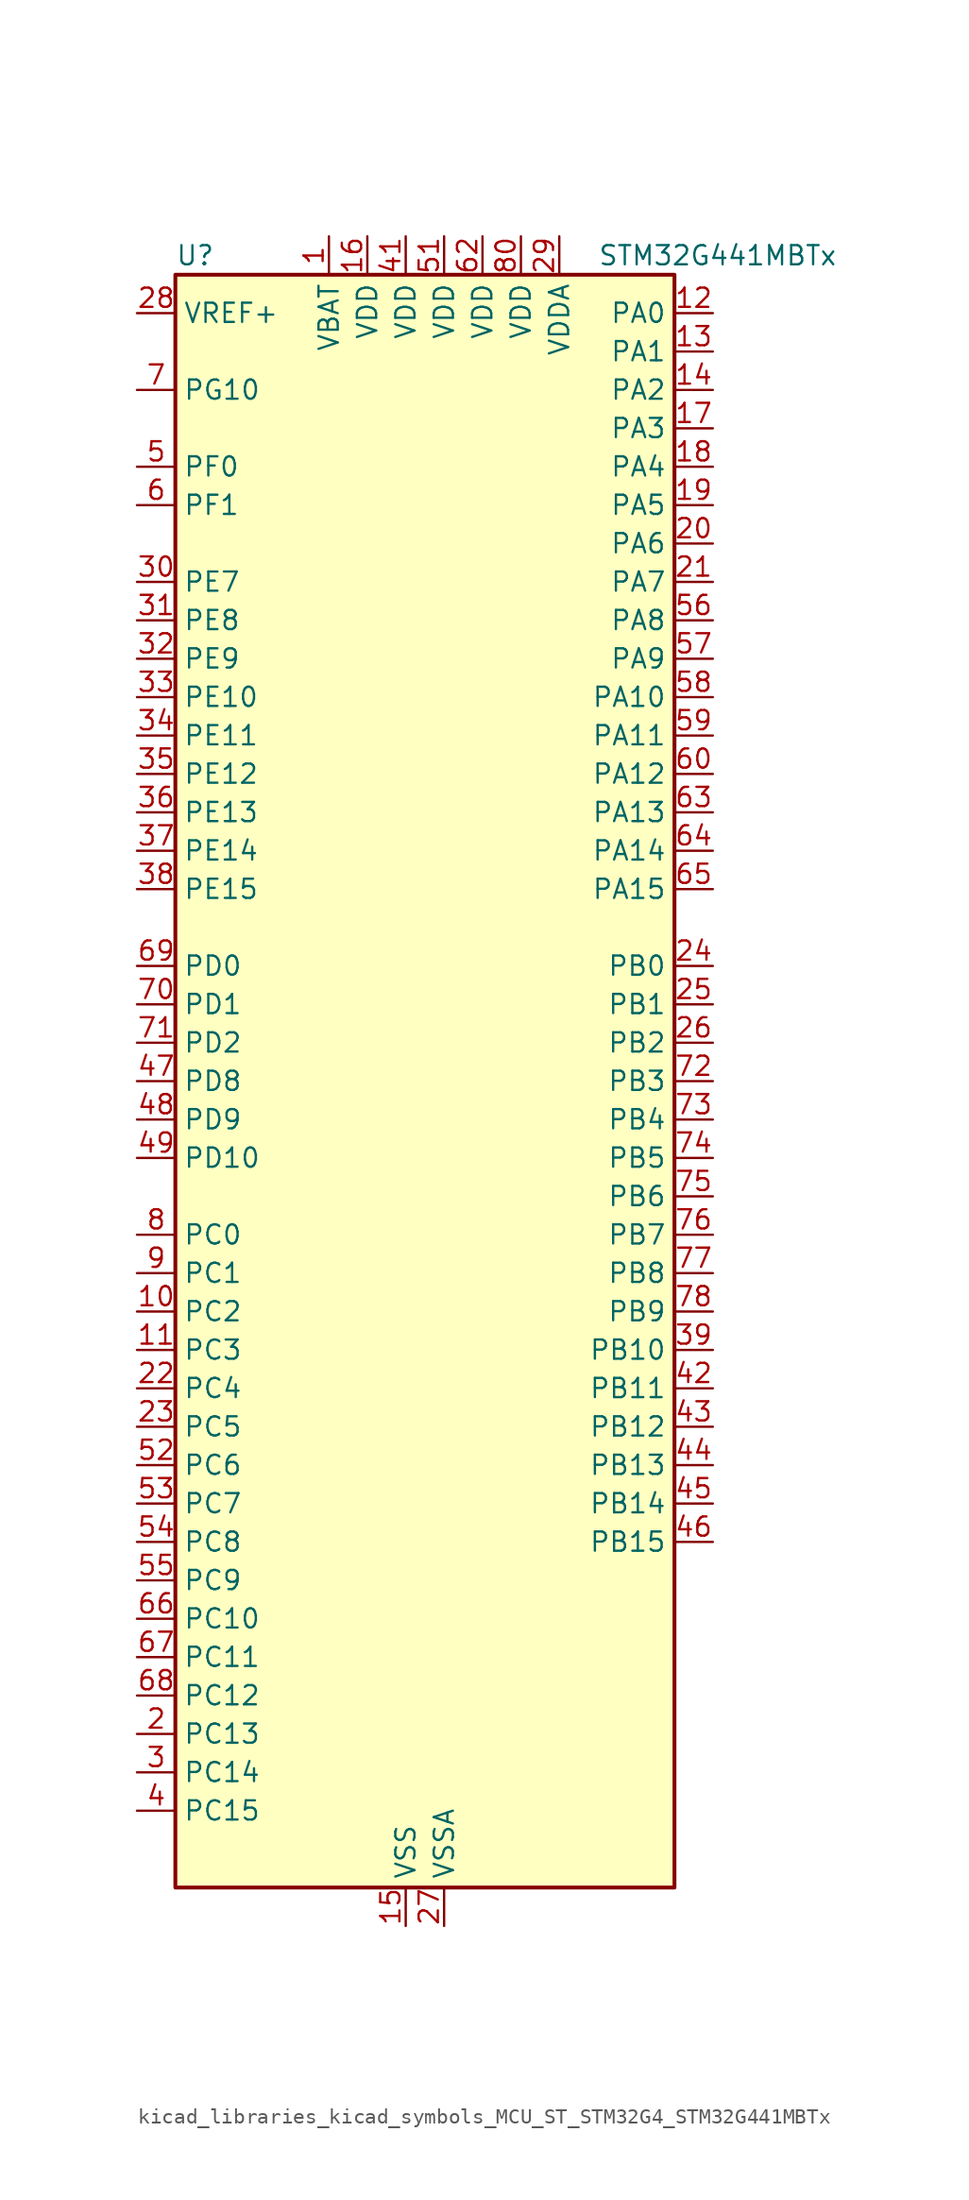
<source format=kicad_sym>
(kicad_symbol_lib
  (version 20220914)
  (generator kicad_symbol_editor)
  (symbol "kicad_libraries_kicad_symbols_MCU_ST_STM32G4_STM32G441MBTx"
    (property "Reference" "U"
      (at -15.24 54.61 0)
      (effects (font (size 1.27 1.27)) (justify left)))
    (property "Value" "STM32G441MBTx"
      (at 12.7 54.61 0)
      (effects (font (size 1.27 1.27)) (justify left)))
    (property "ki_locked" ""
      (at 0 0 0)
      (effects (font (size 1.27 1.27))))
    (symbol "kicad_libraries_kicad_symbols_MCU_ST_STM32G4_STM32G441MBTx_0_1"
      (rectangle (start -15.24 -53.34) (end 17.78 53.34) (stroke (width 0.254) (type default)) (fill (type background))))
    (symbol "kicad_libraries_kicad_symbols_MCU_ST_STM32G4_STM32G441MBTx_1_1"
      (pin power_in line (at -5.08 55.88 270) (length 2.54) (name "VBAT" (effects (font (size 1.27 1.27)))) (number "1" (effects (font (size 1.27 1.27)))))
      (pin bidirectional line (at -17.78 -15.24 0) (length 2.54) (name "PC2" (effects (font (size 1.27 1.27)))) (number "10" (effects (font (size 1.27 1.27)))) (alternate "ADC1_IN8" bidirectional line) (alternate "ADC2_IN8" bidirectional line) (alternate "COMP3_OUT" bidirectional line) (alternate "LPTIM1_IN2" bidirectional line) (alternate "TIM1_CH3" bidirectional line))
      (pin bidirectional line (at -17.78 -17.78 0) (length 2.54) (name "PC3" (effects (font (size 1.27 1.27)))) (number "11" (effects (font (size 1.27 1.27)))) (alternate "ADC1_IN9" bidirectional line) (alternate "ADC2_IN9" bidirectional line) (alternate "LPTIM1_ETR" bidirectional line) (alternate "SAI1_D1" bidirectional line) (alternate "SAI1_SD_A" bidirectional line) (alternate "TIM1_BKIN2" bidirectional line) (alternate "TIM1_CH4" bidirectional line))
      (pin bidirectional line (at 20.32 50.8 180) (length 2.54) (name "PA0" (effects (font (size 1.27 1.27)))) (number "12" (effects (font (size 1.27 1.27)))) (alternate "ADC1_IN1" bidirectional line) (alternate "ADC2_IN1" bidirectional line) (alternate "COMP1_INM" bidirectional line) (alternate "COMP1_OUT" bidirectional line) (alternate "COMP3_INP" bidirectional line) (alternate "RTC_TAMP2" bidirectional line) (alternate "SYS_WKUP1" bidirectional line) (alternate "TIM2_CH1" bidirectional line) (alternate "TIM2_ETR" bidirectional line) (alternate "TIM8_BKIN" bidirectional line) (alternate "TIM8_ETR" bidirectional line) (alternate "USART2_CTS" bidirectional line) (alternate "USART2_NSS" bidirectional line))
      (pin bidirectional line (at 20.32 48.26 180) (length 2.54) (name "PA1" (effects (font (size 1.27 1.27)))) (number "13" (effects (font (size 1.27 1.27)))) (alternate "ADC1_IN2" bidirectional line) (alternate "ADC2_IN2" bidirectional line) (alternate "COMP1_INP" bidirectional line) (alternate "OPAMP1_VINP" bidirectional line) (alternate "OPAMP1_VINP_SEC" bidirectional line) (alternate "OPAMP3_VINP" bidirectional line) (alternate "OPAMP3_VINP_SEC" bidirectional line) (alternate "RTC_REFIN" bidirectional line) (alternate "TIM15_CH1N" bidirectional line) (alternate "TIM2_CH2" bidirectional line) (alternate "USART2_DE" bidirectional line) (alternate "USART2_RTS" bidirectional line))
      (pin bidirectional line (at 20.32 45.72 180) (length 2.54) (name "PA2" (effects (font (size 1.27 1.27)))) (number "14" (effects (font (size 1.27 1.27)))) (alternate "ADC1_IN3" bidirectional line) (alternate "COMP2_INM" bidirectional line) (alternate "COMP2_OUT" bidirectional line) (alternate "LPUART1_TX" bidirectional line) (alternate "OPAMP1_VOUT" bidirectional line) (alternate "RCC_LSCO" bidirectional line) (alternate "SYS_WKUP4" bidirectional line) (alternate "TIM15_CH1" bidirectional line) (alternate "TIM2_CH3" bidirectional line) (alternate "UCPD1_FRSTX1" bidirectional line) (alternate "UCPD1_FRSTX2" bidirectional line) (alternate "USART2_TX" bidirectional line))
      (pin power_in line (at 0 -55.88 90) (length 2.54) (name "VSS" (effects (font (size 1.27 1.27)))) (number "15" (effects (font (size 1.27 1.27)))))
      (pin power_in line (at -2.54 55.88 270) (length 2.54) (name "VDD" (effects (font (size 1.27 1.27)))) (number "16" (effects (font (size 1.27 1.27)))))
      (pin bidirectional line (at 20.32 43.18 180) (length 2.54) (name "PA3" (effects (font (size 1.27 1.27)))) (number "17" (effects (font (size 1.27 1.27)))) (alternate "ADC1_IN4" bidirectional line) (alternate "COMP2_INP" bidirectional line) (alternate "LPUART1_RX" bidirectional line) (alternate "OPAMP1_VINM" bidirectional line) (alternate "OPAMP1_VINM0" bidirectional line) (alternate "OPAMP1_VINM_SEC" bidirectional line) (alternate "OPAMP1_VINP" bidirectional line) (alternate "OPAMP1_VINP_SEC" bidirectional line) (alternate "SAI1_CK1" bidirectional line) (alternate "SAI1_MCLK_A" bidirectional line) (alternate "TIM15_CH2" bidirectional line) (alternate "TIM2_CH4" bidirectional line) (alternate "USART2_RX" bidirectional line))
      (pin bidirectional line (at 20.32 40.64 180) (length 2.54) (name "PA4" (effects (font (size 1.27 1.27)))) (number "18" (effects (font (size 1.27 1.27)))) (alternate "ADC2_IN17" bidirectional line) (alternate "COMP1_INM" bidirectional line) (alternate "DAC1_OUT1" bidirectional line) (alternate "I2S3_WS" bidirectional line) (alternate "SAI1_FS_B" bidirectional line) (alternate "SPI1_NSS" bidirectional line) (alternate "SPI3_NSS" bidirectional line) (alternate "TIM3_CH2" bidirectional line) (alternate "USART2_CK" bidirectional line))
      (pin bidirectional line (at 20.32 38.1 180) (length 2.54) (name "PA5" (effects (font (size 1.27 1.27)))) (number "19" (effects (font (size 1.27 1.27)))) (alternate "ADC2_IN13" bidirectional line) (alternate "COMP2_INM" bidirectional line) (alternate "DAC1_OUT2" bidirectional line) (alternate "OPAMP2_VINM" bidirectional line) (alternate "OPAMP2_VINM0" bidirectional line) (alternate "OPAMP2_VINM_SEC" bidirectional line) (alternate "SPI1_SCK" bidirectional line) (alternate "TIM2_CH1" bidirectional line) (alternate "TIM2_ETR" bidirectional line) (alternate "UCPD1_FRSTX1" bidirectional line) (alternate "UCPD1_FRSTX2" bidirectional line))
      (pin bidirectional line (at -17.78 -43.18 0) (length 2.54) (name "PC13" (effects (font (size 1.27 1.27)))) (number "2" (effects (font (size 1.27 1.27)))) (alternate "RTC_OUT1" bidirectional line) (alternate "RTC_TAMP1" bidirectional line) (alternate "RTC_TS" bidirectional line) (alternate "SYS_WKUP2" bidirectional line) (alternate "TIM1_BKIN" bidirectional line) (alternate "TIM1_CH1N" bidirectional line) (alternate "TIM8_CH4N" bidirectional line))
      (pin bidirectional line (at 20.32 35.56 180) (length 2.54) (name "PA6" (effects (font (size 1.27 1.27)))) (number "20" (effects (font (size 1.27 1.27)))) (alternate "ADC2_IN3" bidirectional line) (alternate "COMP1_OUT" bidirectional line) (alternate "LPUART1_CTS" bidirectional line) (alternate "OPAMP2_VOUT" bidirectional line) (alternate "SPI1_MISO" bidirectional line) (alternate "TIM16_CH1" bidirectional line) (alternate "TIM1_BKIN" bidirectional line) (alternate "TIM3_CH1" bidirectional line) (alternate "TIM8_BKIN" bidirectional line))
      (pin bidirectional line (at 20.32 33.02 180) (length 2.54) (name "PA7" (effects (font (size 1.27 1.27)))) (number "21" (effects (font (size 1.27 1.27)))) (alternate "ADC2_IN4" bidirectional line) (alternate "COMP2_INP" bidirectional line) (alternate "COMP2_OUT" bidirectional line) (alternate "OPAMP1_VINP" bidirectional line) (alternate "OPAMP1_VINP_SEC" bidirectional line) (alternate "OPAMP2_VINP" bidirectional line) (alternate "OPAMP2_VINP_SEC" bidirectional line) (alternate "SPI1_MOSI" bidirectional line) (alternate "TIM17_CH1" bidirectional line) (alternate "TIM1_CH1N" bidirectional line) (alternate "TIM3_CH2" bidirectional line) (alternate "TIM8_CH1N" bidirectional line) (alternate "UCPD1_FRSTX1" bidirectional line) (alternate "UCPD1_FRSTX2" bidirectional line))
      (pin bidirectional line (at -17.78 -20.32 0) (length 2.54) (name "PC4" (effects (font (size 1.27 1.27)))) (number "22" (effects (font (size 1.27 1.27)))) (alternate "ADC2_IN5" bidirectional line) (alternate "I2C2_SCL" bidirectional line) (alternate "TIM1_ETR" bidirectional line) (alternate "USART1_TX" bidirectional line))
      (pin bidirectional line (at -17.78 -22.86 0) (length 2.54) (name "PC5" (effects (font (size 1.27 1.27)))) (number "23" (effects (font (size 1.27 1.27)))) (alternate "ADC2_IN11" bidirectional line) (alternate "OPAMP1_VINM" bidirectional line) (alternate "OPAMP1_VINM1" bidirectional line) (alternate "OPAMP1_VINM_SEC" bidirectional line) (alternate "OPAMP2_VINM" bidirectional line) (alternate "OPAMP2_VINM1" bidirectional line) (alternate "OPAMP2_VINM_SEC" bidirectional line) (alternate "SAI1_D3" bidirectional line) (alternate "SYS_WKUP5" bidirectional line) (alternate "TIM15_BKIN" bidirectional line) (alternate "TIM1_CH4N" bidirectional line) (alternate "USART1_RX" bidirectional line))
      (pin bidirectional line (at 20.32 7.62 180) (length 2.54) (name "PB0" (effects (font (size 1.27 1.27)))) (number "24" (effects (font (size 1.27 1.27)))) (alternate "ADC1_IN15" bidirectional line) (alternate "COMP4_INP" bidirectional line) (alternate "OPAMP2_VINP" bidirectional line) (alternate "OPAMP2_VINP_SEC" bidirectional line) (alternate "OPAMP3_VINP" bidirectional line) (alternate "OPAMP3_VINP_SEC" bidirectional line) (alternate "TIM1_CH2N" bidirectional line) (alternate "TIM3_CH3" bidirectional line) (alternate "TIM8_CH2N" bidirectional line) (alternate "UCPD1_FRSTX1" bidirectional line) (alternate "UCPD1_FRSTX2" bidirectional line))
      (pin bidirectional line (at 20.32 5.08 180) (length 2.54) (name "PB1" (effects (font (size 1.27 1.27)))) (number "25" (effects (font (size 1.27 1.27)))) (alternate "ADC1_IN12" bidirectional line) (alternate "COMP1_INP" bidirectional line) (alternate "COMP4_OUT" bidirectional line) (alternate "LPUART1_DE" bidirectional line) (alternate "LPUART1_RTS" bidirectional line) (alternate "OPAMP3_VOUT" bidirectional line) (alternate "TIM1_CH3N" bidirectional line) (alternate "TIM3_CH4" bidirectional line) (alternate "TIM8_CH3N" bidirectional line))
      (pin bidirectional line (at 20.32 2.54 180) (length 2.54) (name "PB2" (effects (font (size 1.27 1.27)))) (number "26" (effects (font (size 1.27 1.27)))) (alternate "ADC2_IN12" bidirectional line) (alternate "COMP4_INM" bidirectional line) (alternate "I2C3_SMBA" bidirectional line) (alternate "LPTIM1_OUT" bidirectional line) (alternate "OPAMP3_VINM" bidirectional line) (alternate "OPAMP3_VINM0" bidirectional line) (alternate "OPAMP3_VINM_SEC" bidirectional line) (alternate "RTC_OUT2" bidirectional line))
      (pin power_in line (at 2.54 -55.88 90) (length 2.54) (name "VSSA" (effects (font (size 1.27 1.27)))) (number "27" (effects (font (size 1.27 1.27)))))
      (pin input line (at -17.78 50.8 0) (length 2.54) (name "VREF+" (effects (font (size 1.27 1.27)))) (number "28" (effects (font (size 1.27 1.27)))) (alternate "VREFBUF_OUT" bidirectional line))
      (pin power_in line (at 10.16 55.88 270) (length 2.54) (name "VDDA" (effects (font (size 1.27 1.27)))) (number "29" (effects (font (size 1.27 1.27)))))
      (pin bidirectional line (at -17.78 -45.72 0) (length 2.54) (name "PC14" (effects (font (size 1.27 1.27)))) (number "3" (effects (font (size 1.27 1.27)))) (alternate "RCC_OSC32_IN" bidirectional line))
      (pin bidirectional line (at -17.78 33.02 0) (length 2.54) (name "PE7" (effects (font (size 1.27 1.27)))) (number "30" (effects (font (size 1.27 1.27)))) (alternate "COMP4_INP" bidirectional line) (alternate "SAI1_SD_B" bidirectional line) (alternate "TIM1_ETR" bidirectional line))
      (pin bidirectional line (at -17.78 30.48 0) (length 2.54) (name "PE8" (effects (font (size 1.27 1.27)))) (number "31" (effects (font (size 1.27 1.27)))) (alternate "COMP4_INM" bidirectional line) (alternate "SAI1_SCK_B" bidirectional line) (alternate "TIM1_CH1N" bidirectional line))
      (pin bidirectional line (at -17.78 27.94 0) (length 2.54) (name "PE9" (effects (font (size 1.27 1.27)))) (number "32" (effects (font (size 1.27 1.27)))) (alternate "DAC1_EXTI9" bidirectional line) (alternate "DAC3_EXTI9" bidirectional line) (alternate "SAI1_FS_B" bidirectional line) (alternate "TIM1_CH1" bidirectional line))
      (pin bidirectional line (at -17.78 25.4 0) (length 2.54) (name "PE10" (effects (font (size 1.27 1.27)))) (number "33" (effects (font (size 1.27 1.27)))) (alternate "DAC1_EXTI10" bidirectional line) (alternate "DAC3_EXTI10" bidirectional line) (alternate "SAI1_MCLK_B" bidirectional line) (alternate "TIM1_CH2N" bidirectional line))
      (pin bidirectional line (at -17.78 22.86 0) (length 2.54) (name "PE11" (effects (font (size 1.27 1.27)))) (number "34" (effects (font (size 1.27 1.27)))) (alternate "ADC1_EXTI11" bidirectional line) (alternate "ADC2_EXTI11" bidirectional line) (alternate "TIM1_CH2" bidirectional line))
      (pin bidirectional line (at -17.78 20.32 0) (length 2.54) (name "PE12" (effects (font (size 1.27 1.27)))) (number "35" (effects (font (size 1.27 1.27)))) (alternate "TIM1_CH3N" bidirectional line))
      (pin bidirectional line (at -17.78 17.78 0) (length 2.54) (name "PE13" (effects (font (size 1.27 1.27)))) (number "36" (effects (font (size 1.27 1.27)))) (alternate "TIM1_CH3" bidirectional line))
      (pin bidirectional line (at -17.78 15.24 0) (length 2.54) (name "PE14" (effects (font (size 1.27 1.27)))) (number "37" (effects (font (size 1.27 1.27)))) (alternate "TIM1_BKIN2" bidirectional line) (alternate "TIM1_CH4" bidirectional line))
      (pin bidirectional line (at -17.78 12.7 0) (length 2.54) (name "PE15" (effects (font (size 1.27 1.27)))) (number "38" (effects (font (size 1.27 1.27)))) (alternate "ADC1_EXTI15" bidirectional line) (alternate "ADC2_EXTI15" bidirectional line) (alternate "TIM1_BKIN" bidirectional line) (alternate "TIM1_CH4N" bidirectional line) (alternate "USART3_RX" bidirectional line))
      (pin bidirectional line (at 20.32 -17.78 180) (length 2.54) (name "PB10" (effects (font (size 1.27 1.27)))) (number "39" (effects (font (size 1.27 1.27)))) (alternate "DAC1_EXTI10" bidirectional line) (alternate "DAC3_EXTI10" bidirectional line) (alternate "LPUART1_RX" bidirectional line) (alternate "OPAMP3_VINM" bidirectional line) (alternate "OPAMP3_VINM1" bidirectional line) (alternate "OPAMP3_VINM_SEC" bidirectional line) (alternate "SAI1_SCK_A" bidirectional line) (alternate "TIM1_BKIN" bidirectional line) (alternate "TIM2_CH3" bidirectional line) (alternate "USART3_TX" bidirectional line))
      (pin bidirectional line (at -17.78 -48.26 0) (length 2.54) (name "PC15" (effects (font (size 1.27 1.27)))) (number "4" (effects (font (size 1.27 1.27)))) (alternate "ADC1_EXTI15" bidirectional line) (alternate "ADC2_EXTI15" bidirectional line) (alternate "RCC_OSC32_OUT" bidirectional line))
      (pin passive line (at 0 -55.88 90) (length 2.54) hide (name "VSS" (effects (font (size 1.27 1.27)))) (number "40" (effects (font (size 1.27 1.27)))))
      (pin power_in line (at 0 55.88 270) (length 2.54) (name "VDD" (effects (font (size 1.27 1.27)))) (number "41" (effects (font (size 1.27 1.27)))))
      (pin bidirectional line (at 20.32 -20.32 180) (length 2.54) (name "PB11" (effects (font (size 1.27 1.27)))) (number "42" (effects (font (size 1.27 1.27)))) (alternate "ADC1_EXTI11" bidirectional line) (alternate "ADC1_IN14" bidirectional line) (alternate "ADC2_EXTI11" bidirectional line) (alternate "ADC2_IN14" bidirectional line) (alternate "LPUART1_TX" bidirectional line) (alternate "TIM2_CH4" bidirectional line) (alternate "USART3_RX" bidirectional line))
      (pin bidirectional line (at 20.32 -22.86 180) (length 2.54) (name "PB12" (effects (font (size 1.27 1.27)))) (number "43" (effects (font (size 1.27 1.27)))) (alternate "ADC1_IN11" bidirectional line) (alternate "I2C2_SMBA" bidirectional line) (alternate "I2S2_WS" bidirectional line) (alternate "LPUART1_DE" bidirectional line) (alternate "LPUART1_RTS" bidirectional line) (alternate "SPI2_NSS" bidirectional line) (alternate "TIM1_BKIN" bidirectional line) (alternate "USART3_CK" bidirectional line))
      (pin bidirectional line (at 20.32 -25.4 180) (length 2.54) (name "PB13" (effects (font (size 1.27 1.27)))) (number "44" (effects (font (size 1.27 1.27)))) (alternate "I2S2_CK" bidirectional line) (alternate "LPUART1_CTS" bidirectional line) (alternate "OPAMP3_VINP" bidirectional line) (alternate "OPAMP3_VINP_SEC" bidirectional line) (alternate "SPI2_SCK" bidirectional line) (alternate "TIM1_CH1N" bidirectional line) (alternate "USART3_CTS" bidirectional line) (alternate "USART3_NSS" bidirectional line))
      (pin bidirectional line (at 20.32 -27.94 180) (length 2.54) (name "PB14" (effects (font (size 1.27 1.27)))) (number "45" (effects (font (size 1.27 1.27)))) (alternate "ADC1_IN5" bidirectional line) (alternate "COMP4_OUT" bidirectional line) (alternate "OPAMP2_VINP" bidirectional line) (alternate "OPAMP2_VINP_SEC" bidirectional line) (alternate "SPI2_MISO" bidirectional line) (alternate "TIM15_CH1" bidirectional line) (alternate "TIM1_CH2N" bidirectional line) (alternate "USART3_DE" bidirectional line) (alternate "USART3_RTS" bidirectional line))
      (pin bidirectional line (at 20.32 -30.48 180) (length 2.54) (name "PB15" (effects (font (size 1.27 1.27)))) (number "46" (effects (font (size 1.27 1.27)))) (alternate "ADC1_EXTI15" bidirectional line) (alternate "ADC2_EXTI15" bidirectional line) (alternate "ADC2_IN15" bidirectional line) (alternate "COMP3_OUT" bidirectional line) (alternate "I2S2_SD" bidirectional line) (alternate "RTC_REFIN" bidirectional line) (alternate "SPI2_MOSI" bidirectional line) (alternate "TIM15_CH1N" bidirectional line) (alternate "TIM15_CH2" bidirectional line) (alternate "TIM1_CH3N" bidirectional line))
      (pin bidirectional line (at -17.78 0 0) (length 2.54) (name "PD8" (effects (font (size 1.27 1.27)))) (number "47" (effects (font (size 1.27 1.27)))) (alternate "USART3_TX" bidirectional line))
      (pin bidirectional line (at -17.78 -2.54 0) (length 2.54) (name "PD9" (effects (font (size 1.27 1.27)))) (number "48" (effects (font (size 1.27 1.27)))) (alternate "DAC1_EXTI9" bidirectional line) (alternate "DAC3_EXTI9" bidirectional line) (alternate "USART3_RX" bidirectional line))
      (pin bidirectional line (at -17.78 -5.08 0) (length 2.54) (name "PD10" (effects (font (size 1.27 1.27)))) (number "49" (effects (font (size 1.27 1.27)))) (alternate "DAC1_EXTI10" bidirectional line) (alternate "DAC3_EXTI10" bidirectional line) (alternate "USART3_CK" bidirectional line))
      (pin bidirectional line (at -17.78 40.64 0) (length 2.54) (name "PF0" (effects (font (size 1.27 1.27)))) (number "5" (effects (font (size 1.27 1.27)))) (alternate "ADC1_IN10" bidirectional line) (alternate "I2C2_SDA" bidirectional line) (alternate "I2S2_WS" bidirectional line) (alternate "RCC_OSC_IN" bidirectional line) (alternate "SPI2_NSS" bidirectional line) (alternate "TIM1_CH3N" bidirectional line))
      (pin passive line (at 0 -55.88 90) (length 2.54) hide (name "VSS" (effects (font (size 1.27 1.27)))) (number "50" (effects (font (size 1.27 1.27)))))
      (pin power_in line (at 2.54 55.88 270) (length 2.54) (name "VDD" (effects (font (size 1.27 1.27)))) (number "51" (effects (font (size 1.27 1.27)))))
      (pin bidirectional line (at -17.78 -25.4 0) (length 2.54) (name "PC6" (effects (font (size 1.27 1.27)))) (number "52" (effects (font (size 1.27 1.27)))) (alternate "I2S2_MCK" bidirectional line) (alternate "TIM3_CH1" bidirectional line) (alternate "TIM8_CH1" bidirectional line))
      (pin bidirectional line (at -17.78 -27.94 0) (length 2.54) (name "PC7" (effects (font (size 1.27 1.27)))) (number "53" (effects (font (size 1.27 1.27)))) (alternate "I2S3_MCK" bidirectional line) (alternate "TIM3_CH2" bidirectional line) (alternate "TIM8_CH2" bidirectional line))
      (pin bidirectional line (at -17.78 -30.48 0) (length 2.54) (name "PC8" (effects (font (size 1.27 1.27)))) (number "54" (effects (font (size 1.27 1.27)))) (alternate "I2C3_SCL" bidirectional line) (alternate "TIM3_CH3" bidirectional line) (alternate "TIM8_CH3" bidirectional line))
      (pin bidirectional line (at -17.78 -33.02 0) (length 2.54) (name "PC9" (effects (font (size 1.27 1.27)))) (number "55" (effects (font (size 1.27 1.27)))) (alternate "DAC1_EXTI9" bidirectional line) (alternate "DAC3_EXTI9" bidirectional line) (alternate "I2C3_SDA" bidirectional line) (alternate "I2S_CKIN" bidirectional line) (alternate "TIM3_CH4" bidirectional line) (alternate "TIM8_BKIN2" bidirectional line) (alternate "TIM8_CH4" bidirectional line))
      (pin bidirectional line (at 20.32 30.48 180) (length 2.54) (name "PA8" (effects (font (size 1.27 1.27)))) (number "56" (effects (font (size 1.27 1.27)))) (alternate "I2C2_SDA" bidirectional line) (alternate "I2C3_SCL" bidirectional line) (alternate "I2S2_MCK" bidirectional line) (alternate "RCC_MCO" bidirectional line) (alternate "SAI1_CK2" bidirectional line) (alternate "SAI1_SCK_A" bidirectional line) (alternate "TIM1_CH1" bidirectional line) (alternate "TIM4_ETR" bidirectional line) (alternate "USART1_CK" bidirectional line))
      (pin bidirectional line (at 20.32 27.94 180) (length 2.54) (name "PA9" (effects (font (size 1.27 1.27)))) (number "57" (effects (font (size 1.27 1.27)))) (alternate "DAC1_EXTI9" bidirectional line) (alternate "DAC3_EXTI9" bidirectional line) (alternate "I2C2_SCL" bidirectional line) (alternate "I2C3_SMBA" bidirectional line) (alternate "I2S3_MCK" bidirectional line) (alternate "SAI1_FS_A" bidirectional line) (alternate "TIM15_BKIN" bidirectional line) (alternate "TIM1_CH2" bidirectional line) (alternate "TIM2_CH3" bidirectional line) (alternate "UCPD1_DBCC1" bidirectional line) (alternate "USART1_TX" bidirectional line))
      (pin bidirectional line (at 20.32 25.4 180) (length 2.54) (name "PA10" (effects (font (size 1.27 1.27)))) (number "58" (effects (font (size 1.27 1.27)))) (alternate "CRS_SYNC" bidirectional line) (alternate "DAC1_EXTI10" bidirectional line) (alternate "DAC3_EXTI10" bidirectional line) (alternate "I2C2_SMBA" bidirectional line) (alternate "SAI1_D1" bidirectional line) (alternate "SAI1_SD_A" bidirectional line) (alternate "SPI2_MISO" bidirectional line) (alternate "TIM17_BKIN" bidirectional line) (alternate "TIM1_CH3" bidirectional line) (alternate "TIM2_CH4" bidirectional line) (alternate "TIM8_BKIN" bidirectional line) (alternate "UCPD1_DBCC2" bidirectional line) (alternate "USART1_RX" bidirectional line))
      (pin bidirectional line (at 20.32 22.86 180) (length 2.54) (name "PA11" (effects (font (size 1.27 1.27)))) (number "59" (effects (font (size 1.27 1.27)))) (alternate "ADC1_EXTI11" bidirectional line) (alternate "ADC2_EXTI11" bidirectional line) (alternate "COMP1_OUT" bidirectional line) (alternate "FDCAN1_RX" bidirectional line) (alternate "I2S2_SD" bidirectional line) (alternate "SPI2_MOSI" bidirectional line) (alternate "TIM1_BKIN2" bidirectional line) (alternate "TIM1_CH1N" bidirectional line) (alternate "TIM1_CH4" bidirectional line) (alternate "TIM4_CH1" bidirectional line) (alternate "USART1_CTS" bidirectional line) (alternate "USART1_NSS" bidirectional line) (alternate "USB_DM" bidirectional line))
      (pin bidirectional line (at -17.78 38.1 0) (length 2.54) (name "PF1" (effects (font (size 1.27 1.27)))) (number "6" (effects (font (size 1.27 1.27)))) (alternate "ADC2_IN10" bidirectional line) (alternate "COMP3_INM" bidirectional line) (alternate "I2S2_CK" bidirectional line) (alternate "RCC_OSC_OUT" bidirectional line) (alternate "SPI2_SCK" bidirectional line))
      (pin bidirectional line (at 20.32 20.32 180) (length 2.54) (name "PA12" (effects (font (size 1.27 1.27)))) (number "60" (effects (font (size 1.27 1.27)))) (alternate "COMP2_OUT" bidirectional line) (alternate "FDCAN1_TX" bidirectional line) (alternate "I2S_CKIN" bidirectional line) (alternate "TIM16_CH1" bidirectional line) (alternate "TIM1_CH2N" bidirectional line) (alternate "TIM1_ETR" bidirectional line) (alternate "TIM4_CH2" bidirectional line) (alternate "USART1_DE" bidirectional line) (alternate "USART1_RTS" bidirectional line) (alternate "USB_DP" bidirectional line))
      (pin passive line (at 0 -55.88 90) (length 2.54) hide (name "VSS" (effects (font (size 1.27 1.27)))) (number "61" (effects (font (size 1.27 1.27)))))
      (pin power_in line (at 5.08 55.88 270) (length 2.54) (name "VDD" (effects (font (size 1.27 1.27)))) (number "62" (effects (font (size 1.27 1.27)))))
      (pin bidirectional line (at 20.32 17.78 180) (length 2.54) (name "PA13" (effects (font (size 1.27 1.27)))) (number "63" (effects (font (size 1.27 1.27)))) (alternate "I2C1_SCL" bidirectional line) (alternate "IR_OUT" bidirectional line) (alternate "SAI1_SD_B" bidirectional line) (alternate "SYS_JTMS-SWDIO" bidirectional line) (alternate "TIM16_CH1N" bidirectional line) (alternate "TIM4_CH3" bidirectional line) (alternate "USART3_CTS" bidirectional line) (alternate "USART3_NSS" bidirectional line))
      (pin bidirectional line (at 20.32 15.24 180) (length 2.54) (name "PA14" (effects (font (size 1.27 1.27)))) (number "64" (effects (font (size 1.27 1.27)))) (alternate "I2C1_SDA" bidirectional line) (alternate "LPTIM1_OUT" bidirectional line) (alternate "SAI1_FS_B" bidirectional line) (alternate "SYS_JTCK-SWCLK" bidirectional line) (alternate "TIM1_BKIN" bidirectional line) (alternate "TIM8_CH2" bidirectional line) (alternate "USART2_TX" bidirectional line))
      (pin bidirectional line (at 20.32 12.7 180) (length 2.54) (name "PA15" (effects (font (size 1.27 1.27)))) (number "65" (effects (font (size 1.27 1.27)))) (alternate "ADC1_EXTI15" bidirectional line) (alternate "ADC2_EXTI15" bidirectional line) (alternate "I2C1_SCL" bidirectional line) (alternate "I2S3_WS" bidirectional line) (alternate "SPI1_NSS" bidirectional line) (alternate "SPI3_NSS" bidirectional line) (alternate "SYS_JTDI" bidirectional line) (alternate "TIM1_BKIN" bidirectional line) (alternate "TIM2_CH1" bidirectional line) (alternate "TIM2_ETR" bidirectional line) (alternate "TIM8_CH1" bidirectional line) (alternate "UART4_DE" bidirectional line) (alternate "UART4_RTS" bidirectional line) (alternate "USART2_RX" bidirectional line))
      (pin bidirectional line (at -17.78 -35.56 0) (length 2.54) (name "PC10" (effects (font (size 1.27 1.27)))) (number "66" (effects (font (size 1.27 1.27)))) (alternate "DAC1_EXTI10" bidirectional line) (alternate "DAC3_EXTI10" bidirectional line) (alternate "I2S3_CK" bidirectional line) (alternate "SPI3_SCK" bidirectional line) (alternate "TIM8_CH1N" bidirectional line) (alternate "UART4_TX" bidirectional line) (alternate "USART3_TX" bidirectional line))
      (pin bidirectional line (at -17.78 -38.1 0) (length 2.54) (name "PC11" (effects (font (size 1.27 1.27)))) (number "67" (effects (font (size 1.27 1.27)))) (alternate "ADC1_EXTI11" bidirectional line) (alternate "ADC2_EXTI11" bidirectional line) (alternate "I2C3_SDA" bidirectional line) (alternate "SPI3_MISO" bidirectional line) (alternate "TIM8_CH2N" bidirectional line) (alternate "UART4_RX" bidirectional line) (alternate "USART3_RX" bidirectional line))
      (pin bidirectional line (at -17.78 -40.64 0) (length 2.54) (name "PC12" (effects (font (size 1.27 1.27)))) (number "68" (effects (font (size 1.27 1.27)))) (alternate "I2S3_SD" bidirectional line) (alternate "SPI3_MOSI" bidirectional line) (alternate "TIM8_CH3N" bidirectional line) (alternate "UCPD1_FRSTX1" bidirectional line) (alternate "UCPD1_FRSTX2" bidirectional line) (alternate "USART3_CK" bidirectional line))
      (pin bidirectional line (at -17.78 7.62 0) (length 2.54) (name "PD0" (effects (font (size 1.27 1.27)))) (number "69" (effects (font (size 1.27 1.27)))) (alternate "FDCAN1_RX" bidirectional line) (alternate "TIM8_CH4N" bidirectional line))
      (pin bidirectional line (at -17.78 45.72 0) (length 2.54) (name "PG10" (effects (font (size 1.27 1.27)))) (number "7" (effects (font (size 1.27 1.27)))) (alternate "DAC1_EXTI10" bidirectional line) (alternate "DAC3_EXTI10" bidirectional line) (alternate "RCC_MCO" bidirectional line))
      (pin bidirectional line (at -17.78 5.08 0) (length 2.54) (name "PD1" (effects (font (size 1.27 1.27)))) (number "70" (effects (font (size 1.27 1.27)))) (alternate "FDCAN1_TX" bidirectional line) (alternate "TIM8_BKIN2" bidirectional line) (alternate "TIM8_CH4" bidirectional line))
      (pin bidirectional line (at -17.78 2.54 0) (length 2.54) (name "PD2" (effects (font (size 1.27 1.27)))) (number "71" (effects (font (size 1.27 1.27)))) (alternate "TIM3_ETR" bidirectional line) (alternate "TIM8_BKIN" bidirectional line))
      (pin bidirectional line (at 20.32 0 180) (length 2.54) (name "PB3" (effects (font (size 1.27 1.27)))) (number "72" (effects (font (size 1.27 1.27)))) (alternate "CRS_SYNC" bidirectional line) (alternate "I2S3_CK" bidirectional line) (alternate "SAI1_SCK_B" bidirectional line) (alternate "SPI1_SCK" bidirectional line) (alternate "SPI3_SCK" bidirectional line) (alternate "SYS_JTDO-SWO" bidirectional line) (alternate "TIM2_CH2" bidirectional line) (alternate "TIM3_ETR" bidirectional line) (alternate "TIM4_ETR" bidirectional line) (alternate "TIM8_CH1N" bidirectional line) (alternate "USART2_TX" bidirectional line))
      (pin bidirectional line (at 20.32 -2.54 180) (length 2.54) (name "PB4" (effects (font (size 1.27 1.27)))) (number "73" (effects (font (size 1.27 1.27)))) (alternate "SAI1_MCLK_B" bidirectional line) (alternate "SPI1_MISO" bidirectional line) (alternate "SPI3_MISO" bidirectional line) (alternate "SYS_JTRST" bidirectional line) (alternate "TIM16_CH1" bidirectional line) (alternate "TIM17_BKIN" bidirectional line) (alternate "TIM3_CH1" bidirectional line) (alternate "TIM8_CH2N" bidirectional line) (alternate "UCPD1_CC2" bidirectional line) (alternate "USART2_RX" bidirectional line))
      (pin bidirectional line (at 20.32 -5.08 180) (length 2.54) (name "PB5" (effects (font (size 1.27 1.27)))) (number "74" (effects (font (size 1.27 1.27)))) (alternate "I2C1_SMBA" bidirectional line) (alternate "I2C3_SDA" bidirectional line) (alternate "I2S3_SD" bidirectional line) (alternate "LPTIM1_IN1" bidirectional line) (alternate "SAI1_SD_B" bidirectional line) (alternate "SPI1_MOSI" bidirectional line) (alternate "SPI3_MOSI" bidirectional line) (alternate "TIM16_BKIN" bidirectional line) (alternate "TIM17_CH1" bidirectional line) (alternate "TIM3_CH2" bidirectional line) (alternate "TIM8_CH3N" bidirectional line) (alternate "USART2_CK" bidirectional line))
      (pin bidirectional line (at 20.32 -7.62 180) (length 2.54) (name "PB6" (effects (font (size 1.27 1.27)))) (number "75" (effects (font (size 1.27 1.27)))) (alternate "COMP4_OUT" bidirectional line) (alternate "LPTIM1_ETR" bidirectional line) (alternate "SAI1_FS_B" bidirectional line) (alternate "TIM16_CH1N" bidirectional line) (alternate "TIM4_CH1" bidirectional line) (alternate "TIM8_BKIN2" bidirectional line) (alternate "TIM8_CH1" bidirectional line) (alternate "TIM8_ETR" bidirectional line) (alternate "UCPD1_CC1" bidirectional line) (alternate "USART1_TX" bidirectional line))
      (pin bidirectional line (at 20.32 -10.16 180) (length 2.54) (name "PB7" (effects (font (size 1.27 1.27)))) (number "76" (effects (font (size 1.27 1.27)))) (alternate "COMP3_OUT" bidirectional line) (alternate "I2C1_SDA" bidirectional line) (alternate "LPTIM1_IN2" bidirectional line) (alternate "SYS_PVD_IN" bidirectional line) (alternate "TIM17_CH1N" bidirectional line) (alternate "TIM3_CH4" bidirectional line) (alternate "TIM4_CH2" bidirectional line) (alternate "TIM8_BKIN" bidirectional line) (alternate "UART4_CTS" bidirectional line) (alternate "USART1_RX" bidirectional line))
      (pin bidirectional line (at 20.32 -12.7 180) (length 2.54) (name "PB8" (effects (font (size 1.27 1.27)))) (number "77" (effects (font (size 1.27 1.27)))) (alternate "COMP1_OUT" bidirectional line) (alternate "FDCAN1_RX" bidirectional line) (alternate "I2C1_SCL" bidirectional line) (alternate "SAI1_CK1" bidirectional line) (alternate "SAI1_MCLK_A" bidirectional line) (alternate "TIM16_CH1" bidirectional line) (alternate "TIM1_BKIN" bidirectional line) (alternate "TIM4_CH3" bidirectional line) (alternate "TIM8_CH2" bidirectional line) (alternate "USART3_RX" bidirectional line))
      (pin bidirectional line (at 20.32 -15.24 180) (length 2.54) (name "PB9" (effects (font (size 1.27 1.27)))) (number "78" (effects (font (size 1.27 1.27)))) (alternate "COMP2_OUT" bidirectional line) (alternate "DAC1_EXTI9" bidirectional line) (alternate "DAC3_EXTI9" bidirectional line) (alternate "FDCAN1_TX" bidirectional line) (alternate "I2C1_SDA" bidirectional line) (alternate "IR_OUT" bidirectional line) (alternate "SAI1_D2" bidirectional line) (alternate "SAI1_FS_A" bidirectional line) (alternate "TIM17_CH1" bidirectional line) (alternate "TIM1_CH3N" bidirectional line) (alternate "TIM4_CH4" bidirectional line) (alternate "TIM8_CH3" bidirectional line) (alternate "USART3_TX" bidirectional line))
      (pin passive line (at 0 -55.88 90) (length 2.54) hide (name "VSS" (effects (font (size 1.27 1.27)))) (number "79" (effects (font (size 1.27 1.27)))))
      (pin bidirectional line (at -17.78 -10.16 0) (length 2.54) (name "PC0" (effects (font (size 1.27 1.27)))) (number "8" (effects (font (size 1.27 1.27)))) (alternate "ADC1_IN6" bidirectional line) (alternate "ADC2_IN6" bidirectional line) (alternate "COMP3_INM" bidirectional line) (alternate "LPTIM1_IN1" bidirectional line) (alternate "LPUART1_RX" bidirectional line) (alternate "TIM1_CH1" bidirectional line))
      (pin power_in line (at 7.62 55.88 270) (length 2.54) (name "VDD" (effects (font (size 1.27 1.27)))) (number "80" (effects (font (size 1.27 1.27)))))
      (pin bidirectional line (at -17.78 -12.7 0) (length 2.54) (name "PC1" (effects (font (size 1.27 1.27)))) (number "9" (effects (font (size 1.27 1.27)))) (alternate "ADC1_IN7" bidirectional line) (alternate "ADC2_IN7" bidirectional line) (alternate "COMP3_INP" bidirectional line) (alternate "LPTIM1_OUT" bidirectional line) (alternate "LPUART1_TX" bidirectional line) (alternate "SAI1_SD_A" bidirectional line) (alternate "TIM1_CH2" bidirectional line)))))
</source>
